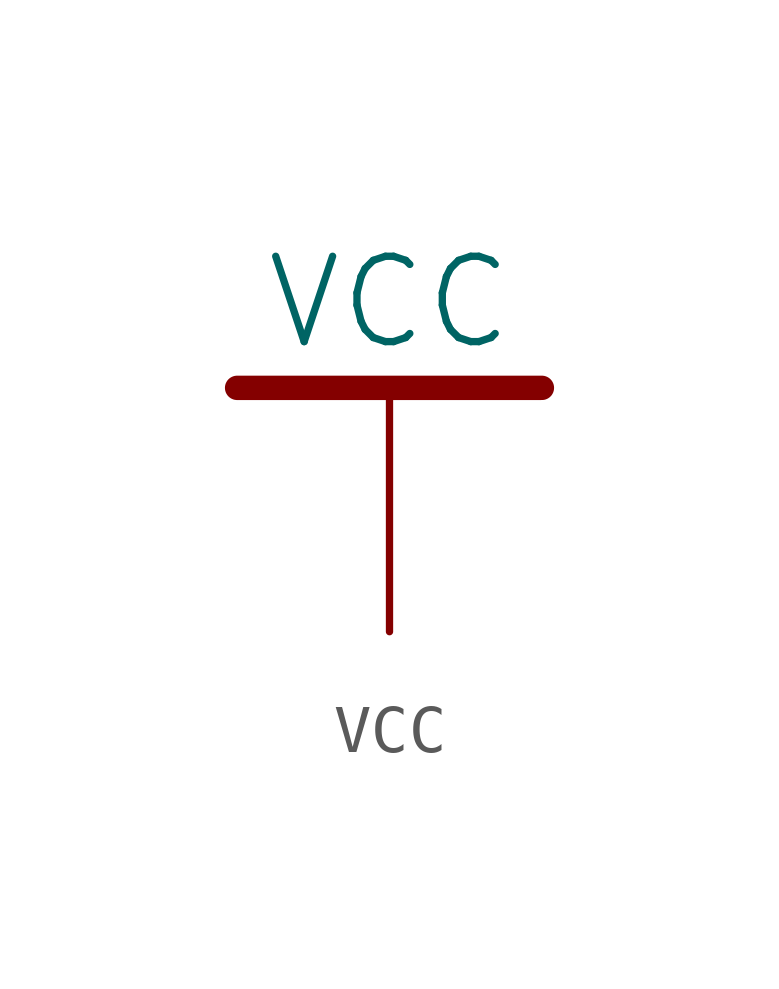
<source format=kicad_sym>
(kicad_symbol_lib
  (version 20211014)
  (generator kicad_symbol_editor)
  (symbol "VCC"
    (pin_names
      (offset 1.016))
    (property "Reference" "U"
      (at -2.54 5.08 0)
      (effects (font (size 1.778 1.778)) hide))
    (property "Value" "VCC"
      (at 0 1.778 0)
      (effects (font (size 1.778 1.778))))
    (symbol "VCC_1_1"
      (polyline (pts (xy 0 -5.08) (xy 0 0)) (stroke (width 0) (type default) (color 0 0 0 0)) (fill (type none)))
      (polyline (pts (xy 3.175 0) (xy -3.175 0)) (stroke (width 0.508) (type default) (color 0 0 0 0)) (fill (type none)))
      (pin power_in line (at 0 -5.08 90) (length 5.08) hide (name "VCC" (effects (font (size 1.27 1.27)))) (number "1" (effects (font (size 1.27 1.27))))))))
</source>
